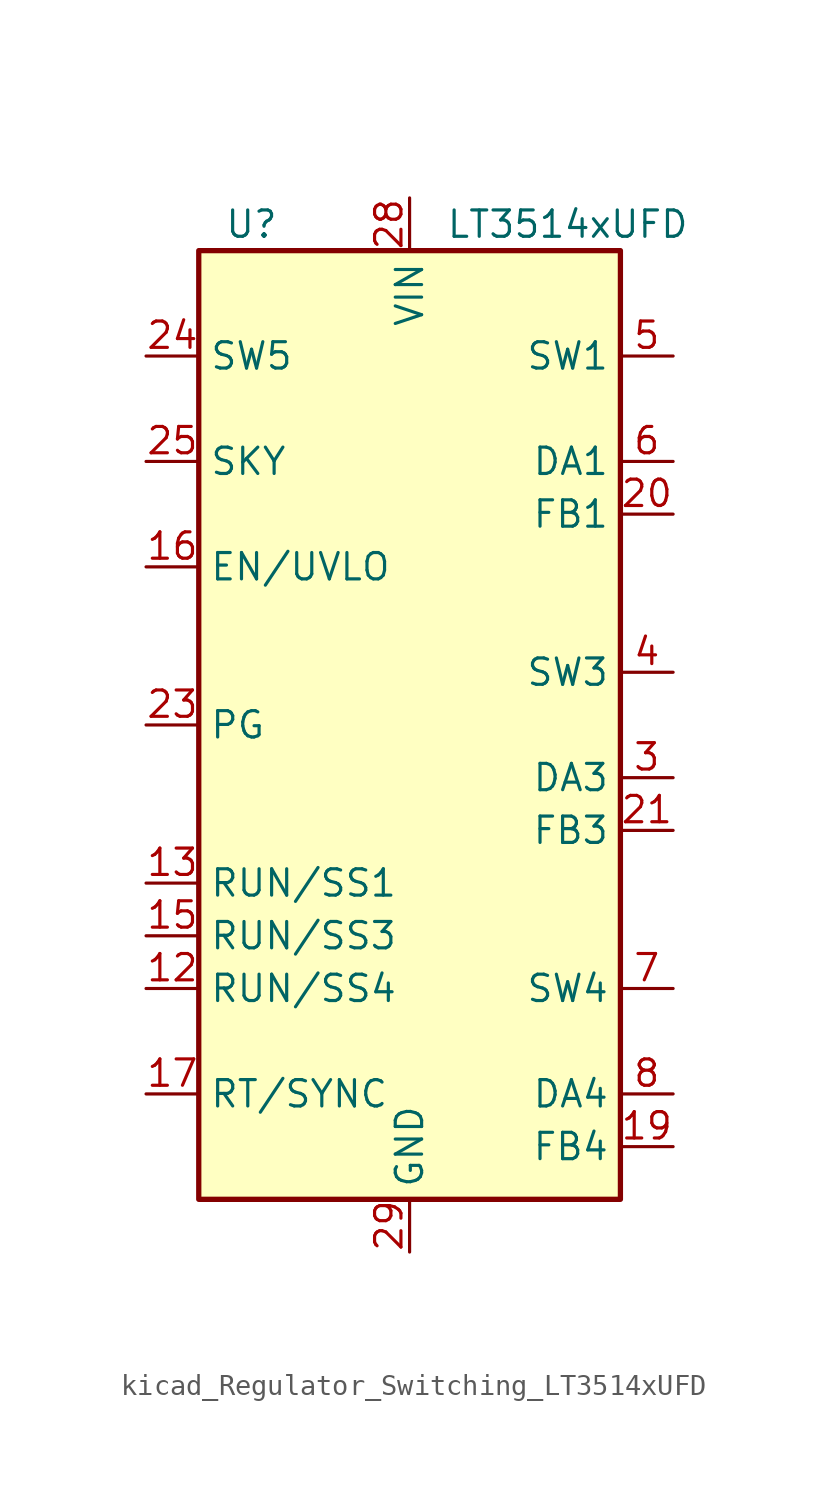
<source format=kicad_sym>
(kicad_symbol_lib
  (version 20220914)
  (generator kicad_symbol_editor)
  (symbol "kicad_Regulator_Switching_LT3514xUFD"
    (property "Reference" "U"
      (at -7.62 24.13 0)
      (effects (font (size 1.27 1.27))))
    (property "Value" "LT3514xUFD"
      (at 7.62 24.13 0)
      (effects (font (size 1.27 1.27))))
    (symbol "kicad_Regulator_Switching_LT3514xUFD_0_1"
      (rectangle (start -10.16 22.86) (end 10.16 -22.86) (stroke (width 0.254) (type default)) (fill (type background))))
    (symbol "kicad_Regulator_Switching_LT3514xUFD_1_1"
      (pin no_connect line (at -10.16 5.08 0) (length 2.54) hide (name "NC" (effects (font (size 1.27 1.27)))) (number "1" (effects (font (size 1.27 1.27)))))
      (pin passive line (at 0 -25.4 90) (length 2.54) hide (name "GND" (effects (font (size 1.27 1.27)))) (number "10" (effects (font (size 1.27 1.27)))))
      (pin passive line (at 0 25.4 270) (length 2.54) hide (name "VIN" (effects (font (size 1.27 1.27)))) (number "11" (effects (font (size 1.27 1.27)))))
      (pin input line (at -12.7 -12.7 0) (length 2.54) (name "RUN/SS4" (effects (font (size 1.27 1.27)))) (number "12" (effects (font (size 1.27 1.27)))))
      (pin input line (at -12.7 -7.62 0) (length 2.54) (name "RUN/SS1" (effects (font (size 1.27 1.27)))) (number "13" (effects (font (size 1.27 1.27)))))
      (pin no_connect line (at -10.16 -2.54 0) (length 2.54) hide (name "NC" (effects (font (size 1.27 1.27)))) (number "14" (effects (font (size 1.27 1.27)))))
      (pin input line (at -12.7 -10.16 0) (length 2.54) (name "RUN/SS3" (effects (font (size 1.27 1.27)))) (number "15" (effects (font (size 1.27 1.27)))))
      (pin input line (at -12.7 7.62 0) (length 2.54) (name "EN/UVLO" (effects (font (size 1.27 1.27)))) (number "16" (effects (font (size 1.27 1.27)))))
      (pin passive line (at -12.7 -17.78 0) (length 2.54) (name "RT/SYNC" (effects (font (size 1.27 1.27)))) (number "17" (effects (font (size 1.27 1.27)))))
      (pin passive line (at 0 -25.4 90) (length 2.54) hide (name "GND" (effects (font (size 1.27 1.27)))) (number "18" (effects (font (size 1.27 1.27)))))
      (pin input line (at 12.7 -20.32 180) (length 2.54) (name "FB4" (effects (font (size 1.27 1.27)))) (number "19" (effects (font (size 1.27 1.27)))))
      (pin no_connect line (at -10.16 2.54 0) (length 2.54) hide (name "NC" (effects (font (size 1.27 1.27)))) (number "2" (effects (font (size 1.27 1.27)))))
      (pin input line (at 12.7 10.16 180) (length 2.54) (name "FB1" (effects (font (size 1.27 1.27)))) (number "20" (effects (font (size 1.27 1.27)))))
      (pin input line (at 12.7 -5.08 180) (length 2.54) (name "FB3" (effects (font (size 1.27 1.27)))) (number "21" (effects (font (size 1.27 1.27)))))
      (pin no_connect line (at -10.16 -5.08 0) (length 2.54) hide (name "NC" (effects (font (size 1.27 1.27)))) (number "22" (effects (font (size 1.27 1.27)))))
      (pin open_collector line (at -12.7 0 0) (length 2.54) (name "PG" (effects (font (size 1.27 1.27)))) (number "23" (effects (font (size 1.27 1.27)))))
      (pin open_collector line (at -12.7 17.78 0) (length 2.54) (name "SW5" (effects (font (size 1.27 1.27)))) (number "24" (effects (font (size 1.27 1.27)))))
      (pin passive line (at -12.7 12.7 0) (length 2.54) (name "SKY" (effects (font (size 1.27 1.27)))) (number "25" (effects (font (size 1.27 1.27)))))
      (pin passive line (at 0 25.4 270) (length 2.54) hide (name "VIN" (effects (font (size 1.27 1.27)))) (number "26" (effects (font (size 1.27 1.27)))))
      (pin passive line (at 0 -25.4 90) (length 2.54) hide (name "GND" (effects (font (size 1.27 1.27)))) (number "27" (effects (font (size 1.27 1.27)))))
      (pin power_in line (at 0 25.4 270) (length 2.54) (name "VIN" (effects (font (size 1.27 1.27)))) (number "28" (effects (font (size 1.27 1.27)))))
      (pin power_in line (at 0 -25.4 90) (length 2.54) (name "GND" (effects (font (size 1.27 1.27)))) (number "29" (effects (font (size 1.27 1.27)))))
      (pin input line (at 12.7 -2.54 180) (length 2.54) (name "DA3" (effects (font (size 1.27 1.27)))) (number "3" (effects (font (size 1.27 1.27)))))
      (pin power_out line (at 12.7 2.54 180) (length 2.54) (name "SW3" (effects (font (size 1.27 1.27)))) (number "4" (effects (font (size 1.27 1.27)))))
      (pin power_out line (at 12.7 17.78 180) (length 2.54) (name "SW1" (effects (font (size 1.27 1.27)))) (number "5" (effects (font (size 1.27 1.27)))))
      (pin input line (at 12.7 12.7 180) (length 2.54) (name "DA1" (effects (font (size 1.27 1.27)))) (number "6" (effects (font (size 1.27 1.27)))))
      (pin power_out line (at 12.7 -12.7 180) (length 2.54) (name "SW4" (effects (font (size 1.27 1.27)))) (number "7" (effects (font (size 1.27 1.27)))))
      (pin input line (at 12.7 -17.78 180) (length 2.54) (name "DA4" (effects (font (size 1.27 1.27)))) (number "8" (effects (font (size 1.27 1.27)))))
      (pin passive line (at 0 25.4 270) (length 2.54) hide (name "VIN" (effects (font (size 1.27 1.27)))) (number "9" (effects (font (size 1.27 1.27))))))))
</source>
